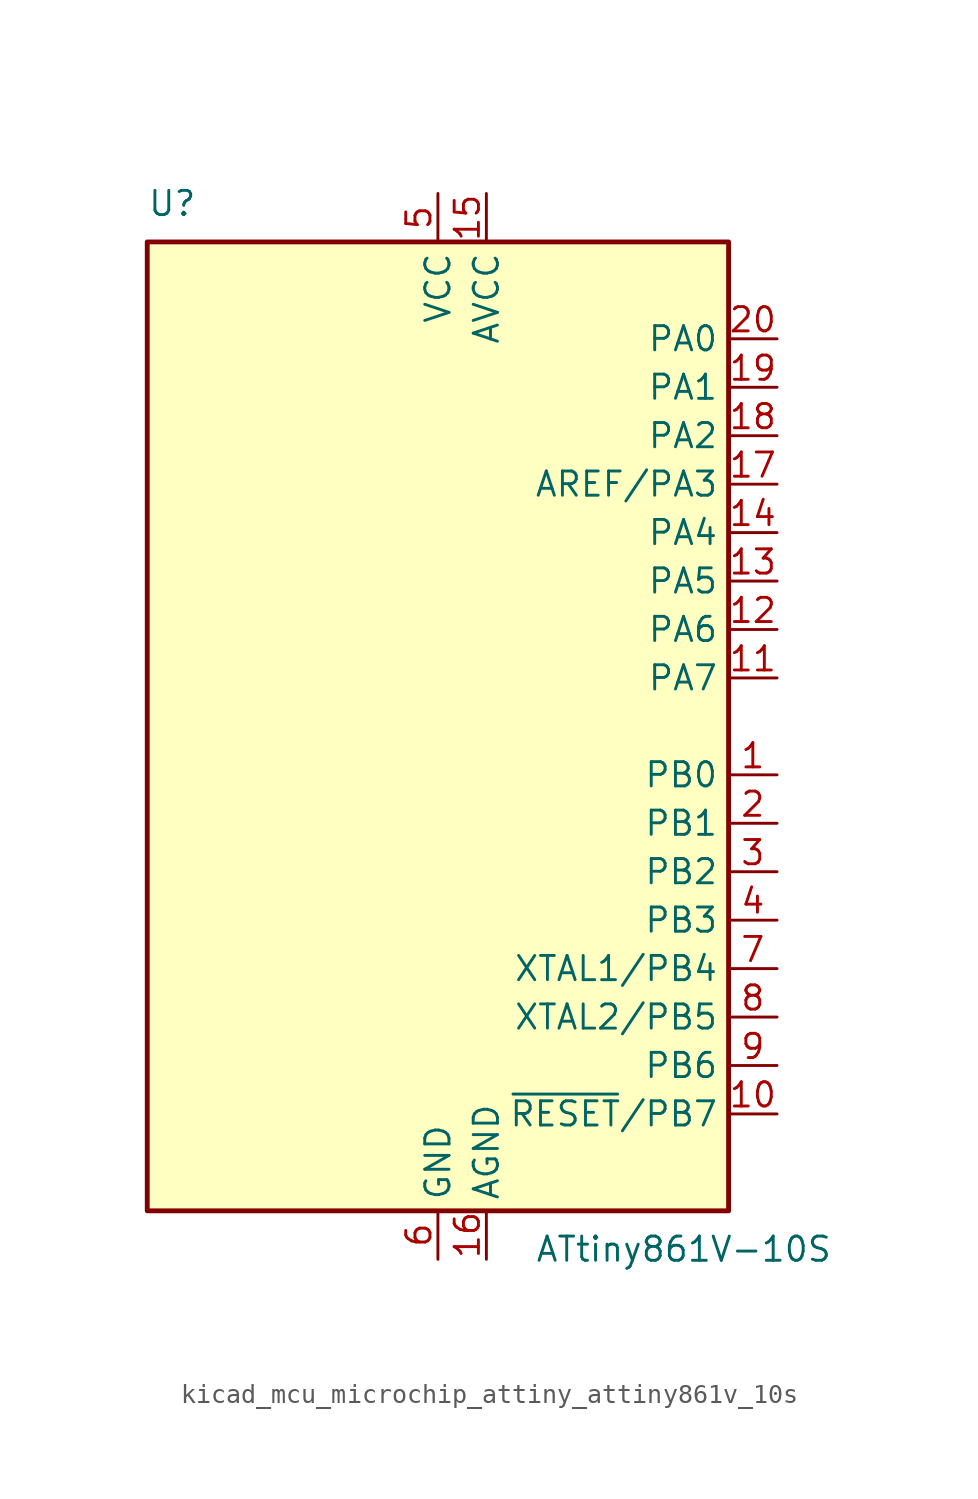
<source format=kicad_sym>
(kicad_symbol_lib
  (version 20220914)
  (generator kicad_symbol_editor)
  (symbol "kicad_mcu_microchip_attiny_attiny861v_10s"
    (property "Reference" "U"
      (at -15.24 26.67 0)
      (effects (font (size 1.27 1.27)) (justify left bottom)))
    (property "Value" "ATtiny861V-10S"
      (at 5.08 -26.67 0)
      (effects (font (size 1.27 1.27)) (justify left top)))
    (symbol "kicad_mcu_microchip_attiny_attiny861v_10s_0_1"
      (rectangle (start -15.24 -25.4) (end 15.24 25.4) (stroke (width 0.254) (type default)) (fill (type background))))
    (symbol "kicad_mcu_microchip_attiny_attiny861v_10s_1_1"
      (pin bidirectional line (at 17.78 -2.54 180) (length 2.54) (name "PB0" (effects (font (size 1.27 1.27)))) (number "1" (effects (font (size 1.27 1.27)))))
      (pin bidirectional line (at 17.78 -20.32 180) (length 2.54) (name "~{RESET}/PB7" (effects (font (size 1.27 1.27)))) (number "10" (effects (font (size 1.27 1.27)))))
      (pin bidirectional line (at 17.78 2.54 180) (length 2.54) (name "PA7" (effects (font (size 1.27 1.27)))) (number "11" (effects (font (size 1.27 1.27)))))
      (pin bidirectional line (at 17.78 5.08 180) (length 2.54) (name "PA6" (effects (font (size 1.27 1.27)))) (number "12" (effects (font (size 1.27 1.27)))))
      (pin bidirectional line (at 17.78 7.62 180) (length 2.54) (name "PA5" (effects (font (size 1.27 1.27)))) (number "13" (effects (font (size 1.27 1.27)))))
      (pin bidirectional line (at 17.78 10.16 180) (length 2.54) (name "PA4" (effects (font (size 1.27 1.27)))) (number "14" (effects (font (size 1.27 1.27)))))
      (pin power_in line (at 2.54 27.94 270) (length 2.54) (name "AVCC" (effects (font (size 1.27 1.27)))) (number "15" (effects (font (size 1.27 1.27)))))
      (pin power_in line (at 2.54 -27.94 90) (length 2.54) (name "AGND" (effects (font (size 1.27 1.27)))) (number "16" (effects (font (size 1.27 1.27)))))
      (pin bidirectional line (at 17.78 12.7 180) (length 2.54) (name "AREF/PA3" (effects (font (size 1.27 1.27)))) (number "17" (effects (font (size 1.27 1.27)))))
      (pin bidirectional line (at 17.78 15.24 180) (length 2.54) (name "PA2" (effects (font (size 1.27 1.27)))) (number "18" (effects (font (size 1.27 1.27)))))
      (pin bidirectional line (at 17.78 17.78 180) (length 2.54) (name "PA1" (effects (font (size 1.27 1.27)))) (number "19" (effects (font (size 1.27 1.27)))))
      (pin bidirectional line (at 17.78 -5.08 180) (length 2.54) (name "PB1" (effects (font (size 1.27 1.27)))) (number "2" (effects (font (size 1.27 1.27)))))
      (pin bidirectional line (at 17.78 20.32 180) (length 2.54) (name "PA0" (effects (font (size 1.27 1.27)))) (number "20" (effects (font (size 1.27 1.27)))))
      (pin bidirectional line (at 17.78 -7.62 180) (length 2.54) (name "PB2" (effects (font (size 1.27 1.27)))) (number "3" (effects (font (size 1.27 1.27)))))
      (pin bidirectional line (at 17.78 -10.16 180) (length 2.54) (name "PB3" (effects (font (size 1.27 1.27)))) (number "4" (effects (font (size 1.27 1.27)))))
      (pin power_in line (at 0 27.94 270) (length 2.54) (name "VCC" (effects (font (size 1.27 1.27)))) (number "5" (effects (font (size 1.27 1.27)))))
      (pin power_in line (at 0 -27.94 90) (length 2.54) (name "GND" (effects (font (size 1.27 1.27)))) (number "6" (effects (font (size 1.27 1.27)))))
      (pin bidirectional line (at 17.78 -12.7 180) (length 2.54) (name "XTAL1/PB4" (effects (font (size 1.27 1.27)))) (number "7" (effects (font (size 1.27 1.27)))))
      (pin bidirectional line (at 17.78 -15.24 180) (length 2.54) (name "XTAL2/PB5" (effects (font (size 1.27 1.27)))) (number "8" (effects (font (size 1.27 1.27)))))
      (pin bidirectional line (at 17.78 -17.78 180) (length 2.54) (name "PB6" (effects (font (size 1.27 1.27)))) (number "9" (effects (font (size 1.27 1.27))))))))
</source>
